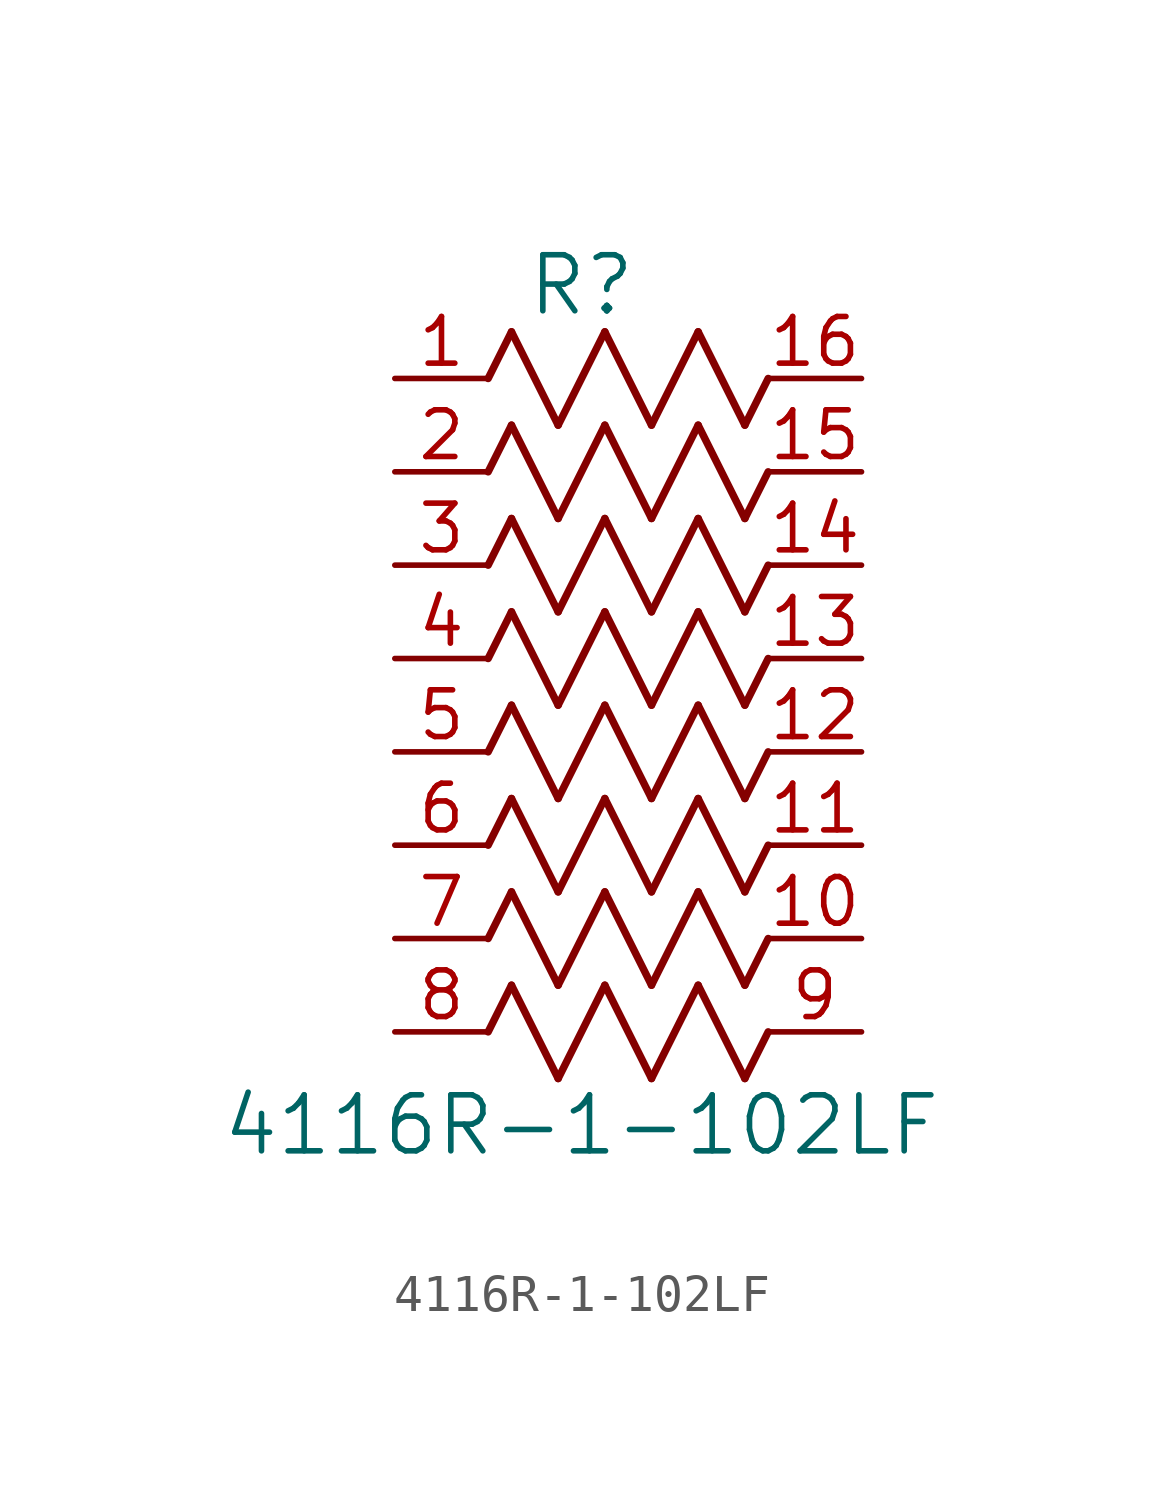
<source format=kicad_sym>
(kicad_symbol_lib
  (version 20211014)
  (generator kicad_symbol_editor)
  (symbol "4116R-1-102LF"
    (pin_names
      (offset 0.254))
    (property "Reference" "R"
      (at 5.08 2.54 0)
      (effects (font (size 1.524 1.524))))
    (property "Value" "4116R-1-102LF"
      (at 5.08 -20.32 0)
      (effects (font (size 1.524 1.524))))
    (symbol "4116R-1-102LF_0_1"
      (polyline (pts (xy 3.175 1.27) (xy 4.445 -1.27)) (stroke (width 0.203) (type default) (color 0 0 0 0)) (fill (type none)))
      (polyline (pts (xy 4.445 -1.27) (xy 5.715 1.27)) (stroke (width 0.203) (type default) (color 0 0 0 0)) (fill (type none)))
      (polyline (pts (xy 5.715 1.27) (xy 6.985 -1.27)) (stroke (width 0.203) (type default) (color 0 0 0 0)) (fill (type none)))
      (polyline (pts (xy 6.985 -1.27) (xy 8.255 1.27)) (stroke (width 0.203) (type default) (color 0 0 0 0)) (fill (type none)))
      (polyline (pts (xy 8.255 1.27) (xy 9.525 -1.27)) (stroke (width 0.203) (type default) (color 0 0 0 0)) (fill (type none)))
      (polyline (pts (xy 2.54 0) (xy 3.175 1.27)) (stroke (width 0.203) (type default) (color 0 0 0 0)) (fill (type none)))
      (polyline (pts (xy 9.525 -1.27) (xy 10.16 0)) (stroke (width 0.203) (type default) (color 0 0 0 0)) (fill (type none)))
      (polyline (pts (xy 3.175 -1.27) (xy 4.445 -3.81)) (stroke (width 0.203) (type default) (color 0 0 0 0)) (fill (type none)))
      (polyline (pts (xy 4.445 -3.81) (xy 5.715 -1.27)) (stroke (width 0.203) (type default) (color 0 0 0 0)) (fill (type none)))
      (polyline (pts (xy 5.715 -1.27) (xy 6.985 -3.81)) (stroke (width 0.203) (type default) (color 0 0 0 0)) (fill (type none)))
      (polyline (pts (xy 6.985 -3.81) (xy 8.255 -1.27)) (stroke (width 0.203) (type default) (color 0 0 0 0)) (fill (type none)))
      (polyline (pts (xy 8.255 -1.27) (xy 9.525 -3.81)) (stroke (width 0.203) (type default) (color 0 0 0 0)) (fill (type none)))
      (polyline (pts (xy 2.54 -2.54) (xy 3.175 -1.27)) (stroke (width 0.203) (type default) (color 0 0 0 0)) (fill (type none)))
      (polyline (pts (xy 9.525 -3.81) (xy 10.16 -2.54)) (stroke (width 0.203) (type default) (color 0 0 0 0)) (fill (type none)))
      (polyline (pts (xy 3.175 -3.81) (xy 4.445 -6.35)) (stroke (width 0.203) (type default) (color 0 0 0 0)) (fill (type none)))
      (polyline (pts (xy 4.445 -6.35) (xy 5.715 -3.81)) (stroke (width 0.203) (type default) (color 0 0 0 0)) (fill (type none)))
      (polyline (pts (xy 5.715 -3.81) (xy 6.985 -6.35)) (stroke (width 0.203) (type default) (color 0 0 0 0)) (fill (type none)))
      (polyline (pts (xy 6.985 -6.35) (xy 8.255 -3.81)) (stroke (width 0.203) (type default) (color 0 0 0 0)) (fill (type none)))
      (polyline (pts (xy 8.255 -3.81) (xy 9.525 -6.35)) (stroke (width 0.203) (type default) (color 0 0 0 0)) (fill (type none)))
      (polyline (pts (xy 2.54 -5.08) (xy 3.175 -3.81)) (stroke (width 0.203) (type default) (color 0 0 0 0)) (fill (type none)))
      (polyline (pts (xy 9.525 -6.35) (xy 10.16 -5.08)) (stroke (width 0.203) (type default) (color 0 0 0 0)) (fill (type none)))
      (polyline (pts (xy 3.175 -6.35) (xy 4.445 -8.89)) (stroke (width 0.203) (type default) (color 0 0 0 0)) (fill (type none)))
      (polyline (pts (xy 4.445 -8.89) (xy 5.715 -6.35)) (stroke (width 0.203) (type default) (color 0 0 0 0)) (fill (type none)))
      (polyline (pts (xy 5.715 -6.35) (xy 6.985 -8.89)) (stroke (width 0.203) (type default) (color 0 0 0 0)) (fill (type none)))
      (polyline (pts (xy 6.985 -8.89) (xy 8.255 -6.35)) (stroke (width 0.203) (type default) (color 0 0 0 0)) (fill (type none)))
      (polyline (pts (xy 8.255 -6.35) (xy 9.525 -8.89)) (stroke (width 0.203) (type default) (color 0 0 0 0)) (fill (type none)))
      (polyline (pts (xy 2.54 -7.62) (xy 3.175 -6.35)) (stroke (width 0.203) (type default) (color 0 0 0 0)) (fill (type none)))
      (polyline (pts (xy 9.525 -8.89) (xy 10.16 -7.62)) (stroke (width 0.203) (type default) (color 0 0 0 0)) (fill (type none)))
      (polyline (pts (xy 3.175 -8.89) (xy 4.445 -11.43)) (stroke (width 0.203) (type default) (color 0 0 0 0)) (fill (type none)))
      (polyline (pts (xy 4.445 -11.43) (xy 5.715 -8.89)) (stroke (width 0.203) (type default) (color 0 0 0 0)) (fill (type none)))
      (polyline (pts (xy 5.715 -8.89) (xy 6.985 -11.43)) (stroke (width 0.203) (type default) (color 0 0 0 0)) (fill (type none)))
      (polyline (pts (xy 6.985 -11.43) (xy 8.255 -8.89)) (stroke (width 0.203) (type default) (color 0 0 0 0)) (fill (type none)))
      (polyline (pts (xy 8.255 -8.89) (xy 9.525 -11.43)) (stroke (width 0.203) (type default) (color 0 0 0 0)) (fill (type none)))
      (polyline (pts (xy 2.54 -10.16) (xy 3.175 -8.89)) (stroke (width 0.203) (type default) (color 0 0 0 0)) (fill (type none)))
      (polyline (pts (xy 9.525 -11.43) (xy 10.16 -10.16)) (stroke (width 0.203) (type default) (color 0 0 0 0)) (fill (type none)))
      (polyline (pts (xy 3.175 -11.43) (xy 4.445 -13.97)) (stroke (width 0.203) (type default) (color 0 0 0 0)) (fill (type none)))
      (polyline (pts (xy 4.445 -13.97) (xy 5.715 -11.43)) (stroke (width 0.203) (type default) (color 0 0 0 0)) (fill (type none)))
      (polyline (pts (xy 5.715 -11.43) (xy 6.985 -13.97)) (stroke (width 0.203) (type default) (color 0 0 0 0)) (fill (type none)))
      (polyline (pts (xy 6.985 -13.97) (xy 8.255 -11.43)) (stroke (width 0.203) (type default) (color 0 0 0 0)) (fill (type none)))
      (polyline (pts (xy 8.255 -11.43) (xy 9.525 -13.97)) (stroke (width 0.203) (type default) (color 0 0 0 0)) (fill (type none)))
      (polyline (pts (xy 2.54 -12.7) (xy 3.175 -11.43)) (stroke (width 0.203) (type default) (color 0 0 0 0)) (fill (type none)))
      (polyline (pts (xy 9.525 -13.97) (xy 10.16 -12.7)) (stroke (width 0.203) (type default) (color 0 0 0 0)) (fill (type none)))
      (polyline (pts (xy 3.175 -13.97) (xy 4.445 -16.51)) (stroke (width 0.203) (type default) (color 0 0 0 0)) (fill (type none)))
      (polyline (pts (xy 4.445 -16.51) (xy 5.715 -13.97)) (stroke (width 0.203) (type default) (color 0 0 0 0)) (fill (type none)))
      (polyline (pts (xy 5.715 -13.97) (xy 6.985 -16.51)) (stroke (width 0.203) (type default) (color 0 0 0 0)) (fill (type none)))
      (polyline (pts (xy 6.985 -16.51) (xy 8.255 -13.97)) (stroke (width 0.203) (type default) (color 0 0 0 0)) (fill (type none)))
      (polyline (pts (xy 8.255 -13.97) (xy 9.525 -16.51)) (stroke (width 0.203) (type default) (color 0 0 0 0)) (fill (type none)))
      (polyline (pts (xy 2.54 -15.24) (xy 3.175 -13.97)) (stroke (width 0.203) (type default) (color 0 0 0 0)) (fill (type none)))
      (polyline (pts (xy 9.525 -16.51) (xy 10.16 -15.24)) (stroke (width 0.203) (type default) (color 0 0 0 0)) (fill (type none)))
      (polyline (pts (xy 3.175 -16.51) (xy 4.445 -19.05)) (stroke (width 0.203) (type default) (color 0 0 0 0)) (fill (type none)))
      (polyline (pts (xy 4.445 -19.05) (xy 5.715 -16.51)) (stroke (width 0.203) (type default) (color 0 0 0 0)) (fill (type none)))
      (polyline (pts (xy 5.715 -16.51) (xy 6.985 -19.05)) (stroke (width 0.203) (type default) (color 0 0 0 0)) (fill (type none)))
      (polyline (pts (xy 6.985 -19.05) (xy 8.255 -16.51)) (stroke (width 0.203) (type default) (color 0 0 0 0)) (fill (type none)))
      (polyline (pts (xy 8.255 -16.51) (xy 9.525 -19.05)) (stroke (width 0.203) (type default) (color 0 0 0 0)) (fill (type none)))
      (polyline (pts (xy 2.54 -17.78) (xy 3.175 -16.51)) (stroke (width 0.203) (type default) (color 0 0 0 0)) (fill (type none)))
      (polyline (pts (xy 9.525 -19.05) (xy 10.16 -17.78)) (stroke (width 0.203) (type default) (color 0 0 0 0)) (fill (type none)))
      (pin unspecified line (at 0 0 0) (length 2.54) (name "" (effects (font (size 1.27 1.27)))) (number "1" (effects (font (size 1.27 1.27)))))
      (pin unspecified line (at 12.7 -10.16 180) (length 2.54) (name "" (effects (font (size 1.27 1.27)))) (number "12" (effects (font (size 1.27 1.27)))))
      (pin unspecified line (at 0 -2.54 0) (length 2.54) (name "" (effects (font (size 1.27 1.27)))) (number "2" (effects (font (size 1.27 1.27)))))
      (pin unspecified line (at 12.7 -12.7 180) (length 2.54) (name "" (effects (font (size 1.27 1.27)))) (number "11" (effects (font (size 1.27 1.27)))))
      (pin unspecified line (at 0 -5.08 0) (length 2.54) (name "" (effects (font (size 1.27 1.27)))) (number "3" (effects (font (size 1.27 1.27)))))
      (pin unspecified line (at 12.7 -15.24 180) (length 2.54) (name "" (effects (font (size 1.27 1.27)))) (number "10" (effects (font (size 1.27 1.27)))))
      (pin unspecified line (at 0 -7.62 0) (length 2.54) (name "" (effects (font (size 1.27 1.27)))) (number "4" (effects (font (size 1.27 1.27)))))
      (pin unspecified line (at 12.7 -17.78 180) (length 2.54) (name "" (effects (font (size 1.27 1.27)))) (number "9" (effects (font (size 1.27 1.27)))))
      (pin unspecified line (at 0 -10.16 0) (length 2.54) (name "" (effects (font (size 1.27 1.27)))) (number "5" (effects (font (size 1.27 1.27)))))
      (pin unspecified line (at 0 -12.7 0) (length 2.54) (name "" (effects (font (size 1.27 1.27)))) (number "6" (effects (font (size 1.27 1.27)))))
      (pin unspecified line (at 12.7 -5.08 180) (length 2.54) (name "" (effects (font (size 1.27 1.27)))) (number "14" (effects (font (size 1.27 1.27)))))
      (pin unspecified line (at 0 -15.24 0) (length 2.54) (name "" (effects (font (size 1.27 1.27)))) (number "7" (effects (font (size 1.27 1.27)))))
      (pin unspecified line (at 12.7 -7.62 180) (length 2.54) (name "" (effects (font (size 1.27 1.27)))) (number "13" (effects (font (size 1.27 1.27)))))
      (pin unspecified line (at 0 -17.78 0) (length 2.54) (name "" (effects (font (size 1.27 1.27)))) (number "8" (effects (font (size 1.27 1.27)))))
      (pin unspecified line (at 12.7 0 180) (length 2.54) (name "" (effects (font (size 1.27 1.27)))) (number "16" (effects (font (size 1.27 1.27)))))
      (pin unspecified line (at 12.7 -2.54 180) (length 2.54) (name "" (effects (font (size 1.27 1.27)))) (number "15" (effects (font (size 1.27 1.27))))))))
</source>
